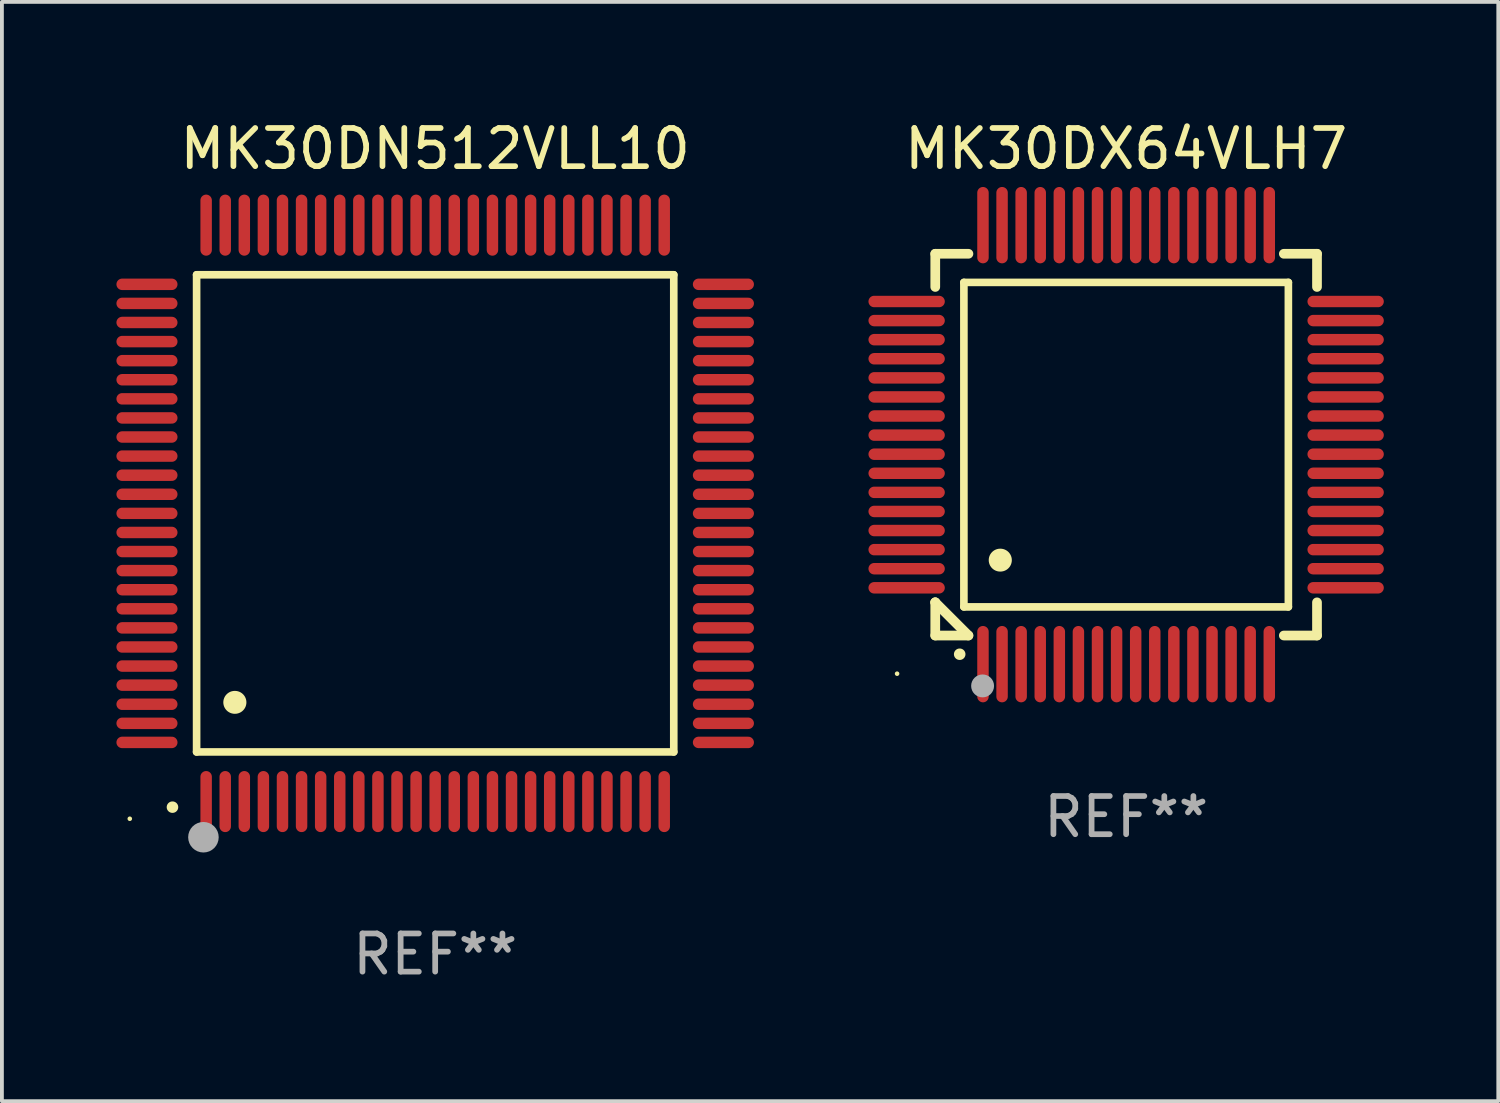
<source format=kicad_pcb>
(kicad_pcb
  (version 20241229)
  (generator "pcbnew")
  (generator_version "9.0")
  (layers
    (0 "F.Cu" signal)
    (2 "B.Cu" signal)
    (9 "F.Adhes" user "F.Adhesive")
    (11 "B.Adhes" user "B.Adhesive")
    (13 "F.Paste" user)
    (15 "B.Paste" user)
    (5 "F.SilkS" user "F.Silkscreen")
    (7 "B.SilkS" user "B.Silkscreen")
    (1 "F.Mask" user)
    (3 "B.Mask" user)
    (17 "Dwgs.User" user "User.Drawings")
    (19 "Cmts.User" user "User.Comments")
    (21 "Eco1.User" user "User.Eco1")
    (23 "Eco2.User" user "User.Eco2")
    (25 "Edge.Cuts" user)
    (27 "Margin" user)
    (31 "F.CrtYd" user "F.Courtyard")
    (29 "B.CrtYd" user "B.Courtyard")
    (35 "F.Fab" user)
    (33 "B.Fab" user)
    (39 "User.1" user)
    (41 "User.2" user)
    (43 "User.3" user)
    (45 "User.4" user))
  (footprint "MK30DX64VLH7"
    (layer "F.Cu")
    (at 26.45 8.598)
    (property "Reference" "MK30DX64VLH7" (at 0 -7.75 0) (layer "F.SilkS") (effects (font (size 1 1) (thickness 0.15))))
    (attr through_hole)
    (fp_line (start -5 -5) (end -4.131 -5) (stroke (width 0.254) (type solid)) (layer "F.SilkS"))
    (fp_line (start -5 -4.131) (end -5 -5) (stroke (width 0.254) (type solid)) (layer "F.SilkS"))
    (fp_line (start -5 4.131) (end -5 4.131) (stroke (width 0.254) (type solid)) (layer "F.SilkS"))
    (fp_line (start -5 5) (end -5 4.131) (stroke (width 0.254) (type solid)) (layer "F.SilkS"))
    (fp_line (start -5 4.131) (end -4.131 5) (stroke (width 0.254) (type solid)) (layer "F.SilkS"))
    (fp_line (start -4.25 -4.25) (end -4.25 4.25) (stroke (width 0.2) (type solid)) (layer "F.SilkS"))
    (fp_line (start -4.25 4.25) (end 4.25 4.25) (stroke (width 0.2) (type solid)) (layer "F.SilkS"))
    (fp_line (start -4.131 5) (end -5 5) (stroke (width 0.254) (type solid)) (layer "F.SilkS"))
    (fp_line (start 4.25 -4.25) (end -4.25 -4.25) (stroke (width 0.2) (type solid)) (layer "F.SilkS"))
    (fp_line (start 4.25 4.25) (end 4.25 -4.25) (stroke (width 0.2) (type solid)) (layer "F.SilkS"))
    (fp_line (start 5 -5) (end 4.131 -5) (stroke (width 0.254) (type solid)) (layer "F.SilkS"))
    (fp_line (start 5 -5) (end 5 -4.131) (stroke (width 0.254) (type solid)) (layer "F.SilkS"))
    (fp_line (start 5 4.131) (end 5 5) (stroke (width 0.254) (type solid)) (layer "F.SilkS"))
    (fp_line (start 5 5) (end 4.131 5) (stroke (width 0.254) (type solid)) (layer "F.SilkS"))
    (fp_arc (start -4.361265 5.489992) (mid -4.359995 5.489987) (end -4.358725 5.489992) (stroke (width 0.3) (type solid)) (layer "F.SilkS"))
    (fp_arc (start -3.299467 3.025146) (mid -3.296927 3.025135) (end -3.294387 3.025146) (stroke (width 0.6) (type solid)) (layer "F.SilkS"))
    (fp_circle (center -6 6) (end -5.97 6) (stroke (width 0.06) (type solid)) (fill no) (layer "F.SilkS"))
    (fp_circle (center -3.76 6.32) (end -3.61 6.32) (stroke (width 0.3) (type solid)) (fill no) (layer "F.Fab"))
    (fp_text user "REF**" (at 0 9.75 0) (layer "F.Fab") (effects (font (size 1 1) (thickness 0.15))))
    (pad "1" smd oval (at -3.75 5.75) (size 0.3 2) (layers "F.Cu" "F.Mask" "F.Paste"))
    (pad "2" smd oval (at -3.25 5.75) (size 0.3 2) (layers "F.Cu" "F.Mask" "F.Paste"))
    (pad "3" smd oval (at -2.75 5.75) (size 0.3 2) (layers "F.Cu" "F.Mask" "F.Paste"))
    (pad "4" smd oval (at -2.25 5.75) (size 0.3 2) (layers "F.Cu" "F.Mask" "F.Paste"))
    (pad "5" smd oval (at -1.75 5.75) (size 0.3 2) (layers "F.Cu" "F.Mask" "F.Paste"))
    (pad "6" smd oval (at -1.25 5.75) (size 0.3 2) (layers "F.Cu" "F.Mask" "F.Paste"))
    (pad "7" smd oval (at -0.75 5.75) (size 0.3 2) (layers "F.Cu" "F.Mask" "F.Paste"))
    (pad "8" smd oval (at -0.25 5.75) (size 0.3 2) (layers "F.Cu" "F.Mask" "F.Paste"))
    (pad "9" smd oval (at 0.25 5.75) (size 0.3 2) (layers "F.Cu" "F.Mask" "F.Paste"))
    (pad "10" smd oval (at 0.75 5.75) (size 0.3 2) (layers "F.Cu" "F.Mask" "F.Paste"))
    (pad "11" smd oval (at 1.25 5.75) (size 0.3 2) (layers "F.Cu" "F.Mask" "F.Paste"))
    (pad "12" smd oval (at 1.75 5.75) (size 0.3 2) (layers "F.Cu" "F.Mask" "F.Paste"))
    (pad "13" smd oval (at 2.25 5.75) (size 0.3 2) (layers "F.Cu" "F.Mask" "F.Paste"))
    (pad "14" smd oval (at 2.75 5.75) (size 0.3 2) (layers "F.Cu" "F.Mask" "F.Paste"))
    (pad "15" smd oval (at 3.25 5.75) (size 0.3 2) (layers "F.Cu" "F.Mask" "F.Paste"))
    (pad "16" smd oval (at 3.75 5.75) (size 0.3 2) (layers "F.Cu" "F.Mask" "F.Paste"))
    (pad "17" smd oval (at 5.75 3.75) (size 2 0.3) (layers "F.Cu" "F.Mask" "F.Paste"))
    (pad "18" smd oval (at 5.75 3.25) (size 2 0.3) (layers "F.Cu" "F.Mask" "F.Paste"))
    (pad "19" smd oval (at 5.75 2.75) (size 2 0.3) (layers "F.Cu" "F.Mask" "F.Paste"))
    (pad "20" smd oval (at 5.75 2.25) (size 2 0.3) (layers "F.Cu" "F.Mask" "F.Paste"))
    (pad "21" smd oval (at 5.75 1.75) (size 2 0.3) (layers "F.Cu" "F.Mask" "F.Paste"))
    (pad "22" smd oval (at 5.75 1.25) (size 2 0.3) (layers "F.Cu" "F.Mask" "F.Paste"))
    (pad "23" smd oval (at 5.75 0.75) (size 2 0.3) (layers "F.Cu" "F.Mask" "F.Paste"))
    (pad "24" smd oval (at 5.75 0.25) (size 2 0.3) (layers "F.Cu" "F.Mask" "F.Paste"))
    (pad "25" smd oval (at 5.75 -0.25) (size 2 0.3) (layers "F.Cu" "F.Mask" "F.Paste"))
    (pad "26" smd oval (at 5.75 -0.75) (size 2 0.3) (layers "F.Cu" "F.Mask" "F.Paste"))
    (pad "27" smd oval (at 5.75 -1.25) (size 2 0.3) (layers "F.Cu" "F.Mask" "F.Paste"))
    (pad "28" smd oval (at 5.75 -1.75) (size 2 0.3) (layers "F.Cu" "F.Mask" "F.Paste"))
    (pad "29" smd oval (at 5.75 -2.25) (size 2 0.3) (layers "F.Cu" "F.Mask" "F.Paste"))
    (pad "30" smd oval (at 5.75 -2.75) (size 2 0.3) (layers "F.Cu" "F.Mask" "F.Paste"))
    (pad "31" smd oval (at 5.75 -3.25) (size 2 0.3) (layers "F.Cu" "F.Mask" "F.Paste"))
    (pad "32" smd oval (at 5.75 -3.75) (size 2 0.3) (layers "F.Cu" "F.Mask" "F.Paste"))
    (pad "33" smd oval (at 3.75 -5.75) (size 0.3 2) (layers "F.Cu" "F.Mask" "F.Paste"))
    (pad "34" smd oval (at 3.25 -5.75) (size 0.3 2) (layers "F.Cu" "F.Mask" "F.Paste"))
    (pad "35" smd oval (at 2.75 -5.75) (size 0.3 2) (layers "F.Cu" "F.Mask" "F.Paste"))
    (pad "36" smd oval (at 2.25 -5.75) (size 0.3 2) (layers "F.Cu" "F.Mask" "F.Paste"))
    (pad "37" smd oval (at 1.75 -5.75) (size 0.3 2) (layers "F.Cu" "F.Mask" "F.Paste"))
    (pad "38" smd oval (at 1.25 -5.75) (size 0.3 2) (layers "F.Cu" "F.Mask" "F.Paste"))
    (pad "39" smd oval (at 0.75 -5.75) (size 0.3 2) (layers "F.Cu" "F.Mask" "F.Paste"))
    (pad "40" smd oval (at 0.25 -5.75) (size 0.3 2) (layers "F.Cu" "F.Mask" "F.Paste"))
    (pad "41" smd oval (at -0.25 -5.75) (size 0.3 2) (layers "F.Cu" "F.Mask" "F.Paste"))
    (pad "42" smd oval (at -0.75 -5.75) (size 0.3 2) (layers "F.Cu" "F.Mask" "F.Paste"))
    (pad "43" smd oval (at -1.25 -5.75) (size 0.3 2) (layers "F.Cu" "F.Mask" "F.Paste"))
    (pad "44" smd oval (at -1.75 -5.75) (size 0.3 2) (layers "F.Cu" "F.Mask" "F.Paste"))
    (pad "45" smd oval (at -2.25 -5.75) (size 0.3 2) (layers "F.Cu" "F.Mask" "F.Paste"))
    (pad "46" smd oval (at -2.75 -5.75) (size 0.3 2) (layers "F.Cu" "F.Mask" "F.Paste"))
    (pad "47" smd oval (at -3.25 -5.75) (size 0.3 2) (layers "F.Cu" "F.Mask" "F.Paste"))
    (pad "48" smd oval (at -3.75 -5.75) (size 0.3 2) (layers "F.Cu" "F.Mask" "F.Paste"))
    (pad "49" smd oval (at -5.75 -3.75) (size 2 0.3) (layers "F.Cu" "F.Mask" "F.Paste"))
    (pad "50" smd oval (at -5.75 -3.25) (size 2 0.3) (layers "F.Cu" "F.Mask" "F.Paste"))
    (pad "51" smd oval (at -5.75 -2.75) (size 2 0.3) (layers "F.Cu" "F.Mask" "F.Paste"))
    (pad "52" smd oval (at -5.75 -2.25) (size 2 0.3) (layers "F.Cu" "F.Mask" "F.Paste"))
    (pad "53" smd oval (at -5.75 -1.75) (size 2 0.3) (layers "F.Cu" "F.Mask" "F.Paste"))
    (pad "54" smd oval (at -5.75 -1.25) (size 2 0.3) (layers "F.Cu" "F.Mask" "F.Paste"))
    (pad "55" smd oval (at -5.75 -0.75) (size 2 0.3) (layers "F.Cu" "F.Mask" "F.Paste"))
    (pad "56" smd oval (at -5.75 -0.25) (size 2 0.3) (layers "F.Cu" "F.Mask" "F.Paste"))
    (pad "57" smd oval (at -5.75 0.25) (size 2 0.3) (layers "F.Cu" "F.Mask" "F.Paste"))
    (pad "58" smd oval (at -5.75 0.75) (size 2 0.3) (layers "F.Cu" "F.Mask" "F.Paste"))
    (pad "59" smd oval (at -5.75 1.25) (size 2 0.3) (layers "F.Cu" "F.Mask" "F.Paste"))
    (pad "60" smd oval (at -5.75 1.75) (size 2 0.3) (layers "F.Cu" "F.Mask" "F.Paste"))
    (pad "61" smd oval (at -5.75 2.25) (size 2 0.3) (layers "F.Cu" "F.Mask" "F.Paste"))
    (pad "62" smd oval (at -5.75 2.75) (size 2 0.3) (layers "F.Cu" "F.Mask" "F.Paste"))
    (pad "63" smd oval (at -5.75 3.25) (size 2 0.3) (layers "F.Cu" "F.Mask" "F.Paste"))
    (pad "64" smd oval (at -5.75 3.75) (size 2 0.3) (layers "F.Cu" "F.Mask" "F.Paste")))
  (footprint "MK30DN512VLL10"
    (layer "F.Cu")
    (at 8.35 10.398)
    (property "Reference" "MK30DN512VLL10" (at 0 -9.55 0) (layer "F.SilkS") (effects (font (size 1 1) (thickness 0.15))))
    (attr through_hole)
    (fp_line (start -6.25 -6.25) (end -6.25 6.25) (stroke (width 0.2) (type solid)) (layer "F.SilkS"))
    (fp_line (start -6.25 6.25) (end 6.25 6.25) (stroke (width 0.2) (type solid)) (layer "F.SilkS"))
    (fp_line (start 6.25 -6.25) (end -6.25 -6.25) (stroke (width 0.2) (type solid)) (layer "F.SilkS"))
    (fp_line (start 6.25 6.25) (end 6.25 -6.25) (stroke (width 0.2) (type solid)) (layer "F.SilkS"))
    (fp_arc (start -6.883414 7.696215) (mid -6.882144 7.69621) (end -6.880874 7.696215) (stroke (width 0.3) (type solid)) (layer "F.SilkS"))
    (fp_arc (start -5.250191 4.95047) (mid -5.247651 4.950459) (end -5.245111 4.95047) (stroke (width 0.6) (type solid)) (layer "F.SilkS"))
    (fp_circle (center -8 8) (end -7.97 8) (stroke (width 0.06) (type solid)) (fill no) (layer "F.SilkS"))
    (fp_circle (center -6.071 8.484) (end -5.871 8.484) (stroke (width 0.4) (type solid)) (fill no) (layer "F.Fab"))
    (fp_text user "REF**" (at 0 11.55 0) (layer "F.Fab") (effects (font (size 1 1) (thickness 0.15))))
    (pad "1" smd oval (at -6 7.55) (size 0.3 1.6) (layers "F.Cu" "F.Mask" "F.Paste"))
    (pad "2" smd oval (at -5.5 7.55) (size 0.3 1.6) (layers "F.Cu" "F.Mask" "F.Paste"))
    (pad "3" smd oval (at -5 7.55) (size 0.3 1.6) (layers "F.Cu" "F.Mask" "F.Paste"))
    (pad "4" smd oval (at -4.5 7.55) (size 0.3 1.6) (layers "F.Cu" "F.Mask" "F.Paste"))
    (pad "5" smd oval (at -4 7.55) (size 0.3 1.6) (layers "F.Cu" "F.Mask" "F.Paste"))
    (pad "6" smd oval (at -3.5 7.55) (size 0.3 1.6) (layers "F.Cu" "F.Mask" "F.Paste"))
    (pad "7" smd oval (at -3 7.55) (size 0.3 1.6) (layers "F.Cu" "F.Mask" "F.Paste"))
    (pad "8" smd oval (at -2.5 7.55) (size 0.3 1.6) (layers "F.Cu" "F.Mask" "F.Paste"))
    (pad "9" smd oval (at -2 7.55) (size 0.3 1.6) (layers "F.Cu" "F.Mask" "F.Paste"))
    (pad "10" smd oval (at -1.5 7.55) (size 0.3 1.6) (layers "F.Cu" "F.Mask" "F.Paste"))
    (pad "11" smd oval (at -1 7.55) (size 0.3 1.6) (layers "F.Cu" "F.Mask" "F.Paste"))
    (pad "12" smd oval (at -0.5 7.55) (size 0.3 1.6) (layers "F.Cu" "F.Mask" "F.Paste"))
    (pad "13" smd oval (at 0 7.55) (size 0.3 1.6) (layers "F.Cu" "F.Mask" "F.Paste"))
    (pad "14" smd oval (at 0.5 7.55) (size 0.3 1.6) (layers "F.Cu" "F.Mask" "F.Paste"))
    (pad "15" smd oval (at 1 7.55) (size 0.3 1.6) (layers "F.Cu" "F.Mask" "F.Paste"))
    (pad "16" smd oval (at 1.5 7.55) (size 0.3 1.6) (layers "F.Cu" "F.Mask" "F.Paste"))
    (pad "17" smd oval (at 2 7.55) (size 0.3 1.6) (layers "F.Cu" "F.Mask" "F.Paste"))
    (pad "18" smd oval (at 2.5 7.55) (size 0.3 1.6) (layers "F.Cu" "F.Mask" "F.Paste"))
    (pad "19" smd oval (at 3 7.55) (size 0.3 1.6) (layers "F.Cu" "F.Mask" "F.Paste"))
    (pad "20" smd oval (at 3.5 7.55) (size 0.3 1.6) (layers "F.Cu" "F.Mask" "F.Paste"))
    (pad "21" smd oval (at 4 7.55) (size 0.3 1.6) (layers "F.Cu" "F.Mask" "F.Paste"))
    (pad "22" smd oval (at 4.5 7.55) (size 0.3 1.6) (layers "F.Cu" "F.Mask" "F.Paste"))
    (pad "23" smd oval (at 5 7.55) (size 0.3 1.6) (layers "F.Cu" "F.Mask" "F.Paste"))
    (pad "24" smd oval (at 5.5 7.55) (size 0.3 1.6) (layers "F.Cu" "F.Mask" "F.Paste"))
    (pad "25" smd oval (at 6 7.55) (size 0.3 1.6) (layers "F.Cu" "F.Mask" "F.Paste"))
    (pad "26" smd oval (at 7.55 6) (size 1.6 0.3) (layers "F.Cu" "F.Mask" "F.Paste"))
    (pad "27" smd oval (at 7.55 5.5) (size 1.6 0.3) (layers "F.Cu" "F.Mask" "F.Paste"))
    (pad "28" smd oval (at 7.55 5) (size 1.6 0.3) (layers "F.Cu" "F.Mask" "F.Paste"))
    (pad "29" smd oval (at 7.55 4.5) (size 1.6 0.3) (layers "F.Cu" "F.Mask" "F.Paste"))
    (pad "30" smd oval (at 7.55 4) (size 1.6 0.3) (layers "F.Cu" "F.Mask" "F.Paste"))
    (pad "31" smd oval (at 7.55 3.5) (size 1.6 0.3) (layers "F.Cu" "F.Mask" "F.Paste"))
    (pad "32" smd oval (at 7.55 3) (size 1.6 0.3) (layers "F.Cu" "F.Mask" "F.Paste"))
    (pad "33" smd oval (at 7.55 2.5) (size 1.6 0.3) (layers "F.Cu" "F.Mask" "F.Paste"))
    (pad "34" smd oval (at 7.55 2) (size 1.6 0.3) (layers "F.Cu" "F.Mask" "F.Paste"))
    (pad "35" smd oval (at 7.55 1.5) (size 1.6 0.3) (layers "F.Cu" "F.Mask" "F.Paste"))
    (pad "36" smd oval (at 7.55 1) (size 1.6 0.3) (layers "F.Cu" "F.Mask" "F.Paste"))
    (pad "37" smd oval (at 7.55 0.5) (size 1.6 0.3) (layers "F.Cu" "F.Mask" "F.Paste"))
    (pad "38" smd oval (at 7.55 0) (size 1.6 0.3) (layers "F.Cu" "F.Mask" "F.Paste"))
    (pad "39" smd oval (at 7.55 -0.5) (size 1.6 0.3) (layers "F.Cu" "F.Mask" "F.Paste"))
    (pad "40" smd oval (at 7.55 -1) (size 1.6 0.3) (layers "F.Cu" "F.Mask" "F.Paste"))
    (pad "41" smd oval (at 7.55 -1.5) (size 1.6 0.3) (layers "F.Cu" "F.Mask" "F.Paste"))
    (pad "42" smd oval (at 7.55 -2) (size 1.6 0.3) (layers "F.Cu" "F.Mask" "F.Paste"))
    (pad "43" smd oval (at 7.55 -2.5) (size 1.6 0.3) (layers "F.Cu" "F.Mask" "F.Paste"))
    (pad "44" smd oval (at 7.55 -3) (size 1.6 0.3) (layers "F.Cu" "F.Mask" "F.Paste"))
    (pad "45" smd oval (at 7.55 -3.5) (size 1.6 0.3) (layers "F.Cu" "F.Mask" "F.Paste"))
    (pad "46" smd oval (at 7.55 -4) (size 1.6 0.3) (layers "F.Cu" "F.Mask" "F.Paste"))
    (pad "47" smd oval (at 7.55 -4.5) (size 1.6 0.3) (layers "F.Cu" "F.Mask" "F.Paste"))
    (pad "48" smd oval (at 7.55 -5) (size 1.6 0.3) (layers "F.Cu" "F.Mask" "F.Paste"))
    (pad "49" smd oval (at 7.55 -5.5) (size 1.6 0.3) (layers "F.Cu" "F.Mask" "F.Paste"))
    (pad "50" smd oval (at 7.55 -6) (size 1.6 0.3) (layers "F.Cu" "F.Mask" "F.Paste"))
    (pad "51" smd oval (at 6 -7.55) (size 0.3 1.6) (layers "F.Cu" "F.Mask" "F.Paste"))
    (pad "52" smd oval (at 5.5 -7.55) (size 0.3 1.6) (layers "F.Cu" "F.Mask" "F.Paste"))
    (pad "53" smd oval (at 5 -7.55) (size 0.3 1.6) (layers "F.Cu" "F.Mask" "F.Paste"))
    (pad "54" smd oval (at 4.5 -7.55) (size 0.3 1.6) (layers "F.Cu" "F.Mask" "F.Paste"))
    (pad "55" smd oval (at 4 -7.55) (size 0.3 1.6) (layers "F.Cu" "F.Mask" "F.Paste"))
    (pad "56" smd oval (at 3.5 -7.55) (size 0.3 1.6) (layers "F.Cu" "F.Mask" "F.Paste"))
    (pad "57" smd oval (at 3 -7.55) (size 0.3 1.6) (layers "F.Cu" "F.Mask" "F.Paste"))
    (pad "58" smd oval (at 2.5 -7.55) (size 0.3 1.6) (layers "F.Cu" "F.Mask" "F.Paste"))
    (pad "59" smd oval (at 2 -7.55) (size 0.3 1.6) (layers "F.Cu" "F.Mask" "F.Paste"))
    (pad "60" smd oval (at 1.5 -7.55) (size 0.3 1.6) (layers "F.Cu" "F.Mask" "F.Paste"))
    (pad "61" smd oval (at 1 -7.55) (size 0.3 1.6) (layers "F.Cu" "F.Mask" "F.Paste"))
    (pad "62" smd oval (at 0.5 -7.55) (size 0.3 1.6) (layers "F.Cu" "F.Mask" "F.Paste"))
    (pad "63" smd oval (at 0 -7.55) (size 0.3 1.6) (layers "F.Cu" "F.Mask" "F.Paste"))
    (pad "64" smd oval (at -0.5 -7.55) (size 0.3 1.6) (layers "F.Cu" "F.Mask" "F.Paste"))
    (pad "65" smd oval (at -1 -7.55) (size 0.3 1.6) (layers "F.Cu" "F.Mask" "F.Paste"))
    (pad "66" smd oval (at -1.5 -7.55) (size 0.3 1.6) (layers "F.Cu" "F.Mask" "F.Paste"))
    (pad "67" smd oval (at -2 -7.55) (size 0.3 1.6) (layers "F.Cu" "F.Mask" "F.Paste"))
    (pad "68" smd oval (at -2.5 -7.55) (size 0.3 1.6) (layers "F.Cu" "F.Mask" "F.Paste"))
    (pad "69" smd oval (at -3 -7.55) (size 0.3 1.6) (layers "F.Cu" "F.Mask" "F.Paste"))
    (pad "70" smd oval (at -3.5 -7.55) (size 0.3 1.6) (layers "F.Cu" "F.Mask" "F.Paste"))
    (pad "71" smd oval (at -4 -7.55) (size 0.3 1.6) (layers "F.Cu" "F.Mask" "F.Paste"))
    (pad "72" smd oval (at -4.5 -7.55) (size 0.3 1.6) (layers "F.Cu" "F.Mask" "F.Paste"))
    (pad "73" smd oval (at -5 -7.55) (size 0.3 1.6) (layers "F.Cu" "F.Mask" "F.Paste"))
    (pad "74" smd oval (at -5.5 -7.55) (size 0.3 1.6) (layers "F.Cu" "F.Mask" "F.Paste"))
    (pad "75" smd oval (at -6 -7.55) (size 0.3 1.6) (layers "F.Cu" "F.Mask" "F.Paste"))
    (pad "76" smd oval (at -7.55 -6) (size 1.6 0.3) (layers "F.Cu" "F.Mask" "F.Paste"))
    (pad "77" smd oval (at -7.55 -5.5) (size 1.6 0.3) (layers "F.Cu" "F.Mask" "F.Paste"))
    (pad "78" smd oval (at -7.55 -5) (size 1.6 0.3) (layers "F.Cu" "F.Mask" "F.Paste"))
    (pad "79" smd oval (at -7.55 -4.5) (size 1.6 0.3) (layers "F.Cu" "F.Mask" "F.Paste"))
    (pad "80" smd oval (at -7.55 -4) (size 1.6 0.3) (layers "F.Cu" "F.Mask" "F.Paste"))
    (pad "81" smd oval (at -7.55 -3.5) (size 1.6 0.3) (layers "F.Cu" "F.Mask" "F.Paste"))
    (pad "82" smd oval (at -7.55 -3) (size 1.6 0.3) (layers "F.Cu" "F.Mask" "F.Paste"))
    (pad "83" smd oval (at -7.55 -2.5) (size 1.6 0.3) (layers "F.Cu" "F.Mask" "F.Paste"))
    (pad "84" smd oval (at -7.55 -2) (size 1.6 0.3) (layers "F.Cu" "F.Mask" "F.Paste"))
    (pad "85" smd oval (at -7.55 -1.5) (size 1.6 0.3) (layers "F.Cu" "F.Mask" "F.Paste"))
    (pad "86" smd oval (at -7.55 -1) (size 1.6 0.3) (layers "F.Cu" "F.Mask" "F.Paste"))
    (pad "87" smd oval (at -7.55 -0.5) (size 1.6 0.3) (layers "F.Cu" "F.Mask" "F.Paste"))
    (pad "88" smd oval (at -7.55 0) (size 1.6 0.3) (layers "F.Cu" "F.Mask" "F.Paste"))
    (pad "89" smd oval (at -7.55 0.5) (size 1.6 0.3) (layers "F.Cu" "F.Mask" "F.Paste"))
    (pad "90" smd oval (at -7.55 1) (size 1.6 0.3) (layers "F.Cu" "F.Mask" "F.Paste"))
    (pad "91" smd oval (at -7.55 1.5) (size 1.6 0.3) (layers "F.Cu" "F.Mask" "F.Paste"))
    (pad "92" smd oval (at -7.55 2) (size 1.6 0.3) (layers "F.Cu" "F.Mask" "F.Paste"))
    (pad "93" smd oval (at -7.55 2.5) (size 1.6 0.3) (layers "F.Cu" "F.Mask" "F.Paste"))
    (pad "94" smd oval (at -7.55 3) (size 1.6 0.3) (layers "F.Cu" "F.Mask" "F.Paste"))
    (pad "95" smd oval (at -7.55 3.5) (size 1.6 0.3) (layers "F.Cu" "F.Mask" "F.Paste"))
    (pad "96" smd oval (at -7.55 4) (size 1.6 0.3) (layers "F.Cu" "F.Mask" "F.Paste"))
    (pad "97" smd oval (at -7.55 4.5) (size 1.6 0.3) (layers "F.Cu" "F.Mask" "F.Paste"))
    (pad "98" smd oval (at -7.55 5) (size 1.6 0.3) (layers "F.Cu" "F.Mask" "F.Paste"))
    (pad "99" smd oval (at -7.55 5.5) (size 1.6 0.3) (layers "F.Cu" "F.Mask" "F.Paste"))
    (pad "100" smd oval (at -7.55 6) (size 1.6 0.3) (layers "F.Cu" "F.Mask" "F.Paste")))
  (gr_rect
    (start -3 -3)
    (end 36.199 25.796)
    (stroke (width 0.1) (type default))
    (fill no)
    (layer "Edge.Cuts")))
</source>
